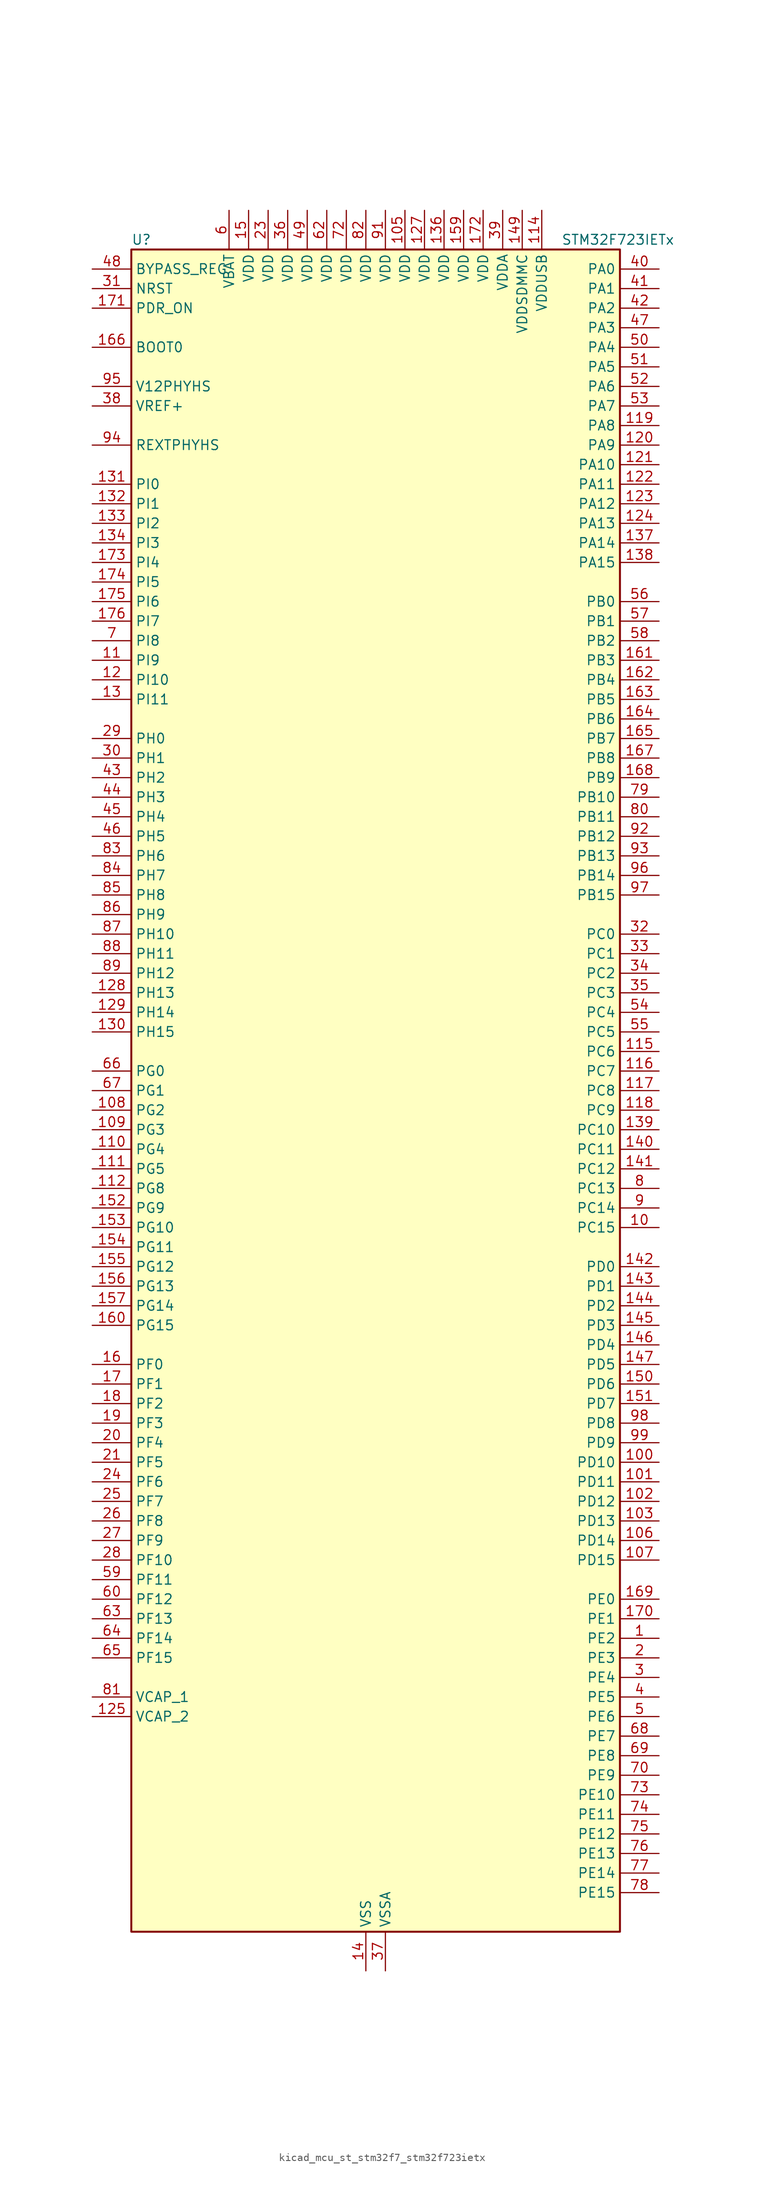
<source format=kicad_sym>
(kicad_symbol_lib
  (version 20220914)
  (generator kicad_symbol_editor)
  (symbol "kicad_mcu_st_stm32f7_stm32f723ietx"
    (property "Reference" "U"
      (at -30.48 110.49 0)
      (effects (font (size 1.27 1.27)) (justify left)))
    (property "Value" "STM32F723IETx"
      (at 25.4 110.49 0)
      (effects (font (size 1.27 1.27)) (justify left)))
    (property "ki_locked" ""
      (at 0 0 0)
      (effects (font (size 1.27 1.27))))
    (symbol "kicad_mcu_st_stm32f7_stm32f723ietx_0_1"
      (rectangle (start -30.48 -109.22) (end 33.02 109.22) (stroke (width 0.254) (type default)) (fill (type background))))
    (symbol "kicad_mcu_st_stm32f7_stm32f723ietx_1_1"
      (pin bidirectional line (at 38.1 -71.12 180) (length 5.08) (name "PE2" (effects (font (size 1.27 1.27)))) (number "1" (effects (font (size 1.27 1.27)))) (alternate "FMC_A23" bidirectional line) (alternate "QUADSPI_BK1_IO2" bidirectional line) (alternate "SAI1_MCLK_A" bidirectional line) (alternate "SPI4_SCK" bidirectional line) (alternate "SYS_TRACECLK" bidirectional line))
      (pin bidirectional line (at 38.1 -17.78 180) (length 5.08) (name "PC15" (effects (font (size 1.27 1.27)))) (number "10" (effects (font (size 1.27 1.27)))) (alternate "RCC_OSC32_OUT" bidirectional line))
      (pin bidirectional line (at 38.1 -48.26 180) (length 5.08) (name "PD10" (effects (font (size 1.27 1.27)))) (number "100" (effects (font (size 1.27 1.27)))) (alternate "FMC_D15" bidirectional line) (alternate "FMC_DA15" bidirectional line) (alternate "USART3_CK" bidirectional line))
      (pin bidirectional line (at 38.1 -50.8 180) (length 5.08) (name "PD11" (effects (font (size 1.27 1.27)))) (number "101" (effects (font (size 1.27 1.27)))) (alternate "ADC1_EXTI11" bidirectional line) (alternate "ADC2_EXTI11" bidirectional line) (alternate "ADC3_EXTI11" bidirectional line) (alternate "FMC_A16" bidirectional line) (alternate "FMC_CLE" bidirectional line) (alternate "QUADSPI_BK1_IO0" bidirectional line) (alternate "SAI2_SD_A" bidirectional line) (alternate "USART3_CTS" bidirectional line))
      (pin bidirectional line (at 38.1 -53.34 180) (length 5.08) (name "PD12" (effects (font (size 1.27 1.27)))) (number "102" (effects (font (size 1.27 1.27)))) (alternate "FMC_A17" bidirectional line) (alternate "FMC_ALE" bidirectional line) (alternate "LPTIM1_IN1" bidirectional line) (alternate "QUADSPI_BK1_IO1" bidirectional line) (alternate "SAI2_FS_A" bidirectional line) (alternate "TIM4_CH1" bidirectional line) (alternate "USART3_DE" bidirectional line) (alternate "USART3_RTS" bidirectional line))
      (pin bidirectional line (at 38.1 -55.88 180) (length 5.08) (name "PD13" (effects (font (size 1.27 1.27)))) (number "103" (effects (font (size 1.27 1.27)))) (alternate "FMC_A18" bidirectional line) (alternate "LPTIM1_OUT" bidirectional line) (alternate "QUADSPI_BK1_IO3" bidirectional line) (alternate "SAI2_SCK_A" bidirectional line) (alternate "TIM4_CH2" bidirectional line))
      (pin passive line (at 0 -114.3 90) (length 5.08) hide (name "VSS" (effects (font (size 1.27 1.27)))) (number "104" (effects (font (size 1.27 1.27)))))
      (pin power_in line (at 5.08 114.3 270) (length 5.08) (name "VDD" (effects (font (size 1.27 1.27)))) (number "105" (effects (font (size 1.27 1.27)))))
      (pin bidirectional line (at 38.1 -58.42 180) (length 5.08) (name "PD14" (effects (font (size 1.27 1.27)))) (number "106" (effects (font (size 1.27 1.27)))) (alternate "FMC_D0" bidirectional line) (alternate "FMC_DA0" bidirectional line) (alternate "TIM4_CH3" bidirectional line) (alternate "UART8_CTS" bidirectional line))
      (pin bidirectional line (at 38.1 -60.96 180) (length 5.08) (name "PD15" (effects (font (size 1.27 1.27)))) (number "107" (effects (font (size 1.27 1.27)))) (alternate "FMC_D1" bidirectional line) (alternate "FMC_DA1" bidirectional line) (alternate "TIM4_CH4" bidirectional line) (alternate "UART8_DE" bidirectional line) (alternate "UART8_RTS" bidirectional line))
      (pin bidirectional line (at -35.56 -2.54 0) (length 5.08) (name "PG2" (effects (font (size 1.27 1.27)))) (number "108" (effects (font (size 1.27 1.27)))) (alternate "FMC_A12" bidirectional line))
      (pin bidirectional line (at -35.56 -5.08 0) (length 5.08) (name "PG3" (effects (font (size 1.27 1.27)))) (number "109" (effects (font (size 1.27 1.27)))) (alternate "FMC_A13" bidirectional line))
      (pin bidirectional line (at -35.56 55.88 0) (length 5.08) (name "PI9" (effects (font (size 1.27 1.27)))) (number "11" (effects (font (size 1.27 1.27)))) (alternate "CAN1_RX" bidirectional line) (alternate "DAC_EXTI9" bidirectional line) (alternate "FMC_D30" bidirectional line) (alternate "UART4_RX" bidirectional line))
      (pin bidirectional line (at -35.56 -7.62 0) (length 5.08) (name "PG4" (effects (font (size 1.27 1.27)))) (number "110" (effects (font (size 1.27 1.27)))) (alternate "FMC_A14" bidirectional line) (alternate "FMC_BA0" bidirectional line))
      (pin bidirectional line (at -35.56 -10.16 0) (length 5.08) (name "PG5" (effects (font (size 1.27 1.27)))) (number "111" (effects (font (size 1.27 1.27)))) (alternate "FMC_A15" bidirectional line) (alternate "FMC_BA1" bidirectional line))
      (pin bidirectional line (at -35.56 -12.7 0) (length 5.08) (name "PG8" (effects (font (size 1.27 1.27)))) (number "112" (effects (font (size 1.27 1.27)))) (alternate "FMC_SDCLK" bidirectional line) (alternate "USART6_DE" bidirectional line) (alternate "USART6_RTS" bidirectional line))
      (pin passive line (at 0 -114.3 90) (length 5.08) hide (name "VSS" (effects (font (size 1.27 1.27)))) (number "113" (effects (font (size 1.27 1.27)))))
      (pin power_in line (at 22.86 114.3 270) (length 5.08) (name "VDDUSB" (effects (font (size 1.27 1.27)))) (number "114" (effects (font (size 1.27 1.27)))))
      (pin bidirectional line (at 38.1 5.08 180) (length 5.08) (name "PC6" (effects (font (size 1.27 1.27)))) (number "115" (effects (font (size 1.27 1.27)))) (alternate "I2S2_MCK" bidirectional line) (alternate "SDMMC1_D6" bidirectional line) (alternate "SDMMC2_D6" bidirectional line) (alternate "TIM3_CH1" bidirectional line) (alternate "TIM8_CH1" bidirectional line) (alternate "USART6_TX" bidirectional line))
      (pin bidirectional line (at 38.1 2.54 180) (length 5.08) (name "PC7" (effects (font (size 1.27 1.27)))) (number "116" (effects (font (size 1.27 1.27)))) (alternate "I2S3_MCK" bidirectional line) (alternate "SDMMC1_D7" bidirectional line) (alternate "SDMMC2_D7" bidirectional line) (alternate "TIM3_CH2" bidirectional line) (alternate "TIM8_CH2" bidirectional line) (alternate "USART6_RX" bidirectional line))
      (pin bidirectional line (at 38.1 0 180) (length 5.08) (name "PC8" (effects (font (size 1.27 1.27)))) (number "117" (effects (font (size 1.27 1.27)))) (alternate "SDMMC1_D0" bidirectional line) (alternate "SYS_TRACED1" bidirectional line) (alternate "TIM3_CH3" bidirectional line) (alternate "TIM8_CH3" bidirectional line) (alternate "UART5_DE" bidirectional line) (alternate "UART5_RTS" bidirectional line) (alternate "USART6_CK" bidirectional line))
      (pin bidirectional line (at 38.1 -2.54 180) (length 5.08) (name "PC9" (effects (font (size 1.27 1.27)))) (number "118" (effects (font (size 1.27 1.27)))) (alternate "DAC_EXTI9" bidirectional line) (alternate "I2C3_SDA" bidirectional line) (alternate "I2S_CKIN" bidirectional line) (alternate "QUADSPI_BK1_IO0" bidirectional line) (alternate "RCC_MCO_2" bidirectional line) (alternate "SDMMC1_D1" bidirectional line) (alternate "TIM3_CH4" bidirectional line) (alternate "TIM8_CH4" bidirectional line) (alternate "UART5_CTS" bidirectional line))
      (pin bidirectional line (at 38.1 86.36 180) (length 5.08) (name "PA8" (effects (font (size 1.27 1.27)))) (number "119" (effects (font (size 1.27 1.27)))) (alternate "I2C3_SCL" bidirectional line) (alternate "RCC_MCO_1" bidirectional line) (alternate "TIM1_CH1" bidirectional line) (alternate "TIM8_BKIN2" bidirectional line) (alternate "USART1_CK" bidirectional line) (alternate "USB_OTG_FS_SOF" bidirectional line))
      (pin bidirectional line (at -35.56 53.34 0) (length 5.08) (name "PI10" (effects (font (size 1.27 1.27)))) (number "12" (effects (font (size 1.27 1.27)))) (alternate "FMC_D31" bidirectional line))
      (pin bidirectional line (at 38.1 83.82 180) (length 5.08) (name "PA9" (effects (font (size 1.27 1.27)))) (number "120" (effects (font (size 1.27 1.27)))) (alternate "DAC_EXTI9" bidirectional line) (alternate "I2C3_SMBA" bidirectional line) (alternate "I2S2_CK" bidirectional line) (alternate "SPI2_SCK" bidirectional line) (alternate "TIM1_CH2" bidirectional line) (alternate "USART1_TX" bidirectional line) (alternate "USB_OTG_FS_VBUS" bidirectional line))
      (pin bidirectional line (at 38.1 81.28 180) (length 5.08) (name "PA10" (effects (font (size 1.27 1.27)))) (number "121" (effects (font (size 1.27 1.27)))) (alternate "TIM1_CH3" bidirectional line) (alternate "USART1_RX" bidirectional line) (alternate "USB_OTG_FS_ID" bidirectional line))
      (pin bidirectional line (at 38.1 78.74 180) (length 5.08) (name "PA11" (effects (font (size 1.27 1.27)))) (number "122" (effects (font (size 1.27 1.27)))) (alternate "ADC1_EXTI11" bidirectional line) (alternate "ADC2_EXTI11" bidirectional line) (alternate "ADC3_EXTI11" bidirectional line) (alternate "CAN1_RX" bidirectional line) (alternate "TIM1_CH4" bidirectional line) (alternate "USART1_CTS" bidirectional line) (alternate "USB_OTG_FS_DM" bidirectional line))
      (pin bidirectional line (at 38.1 76.2 180) (length 5.08) (name "PA12" (effects (font (size 1.27 1.27)))) (number "123" (effects (font (size 1.27 1.27)))) (alternate "CAN1_TX" bidirectional line) (alternate "SAI2_FS_B" bidirectional line) (alternate "TIM1_ETR" bidirectional line) (alternate "USART1_DE" bidirectional line) (alternate "USART1_RTS" bidirectional line) (alternate "USB_OTG_FS_DP" bidirectional line))
      (pin bidirectional line (at 38.1 73.66 180) (length 5.08) (name "PA13" (effects (font (size 1.27 1.27)))) (number "124" (effects (font (size 1.27 1.27)))) (alternate "SYS_JTMS-SWDIO" bidirectional line))
      (pin power_out line (at -35.56 -81.28 0) (length 5.08) (name "VCAP_2" (effects (font (size 1.27 1.27)))) (number "125" (effects (font (size 1.27 1.27)))))
      (pin passive line (at 0 -114.3 90) (length 5.08) hide (name "VSS" (effects (font (size 1.27 1.27)))) (number "126" (effects (font (size 1.27 1.27)))))
      (pin power_in line (at 7.62 114.3 270) (length 5.08) (name "VDD" (effects (font (size 1.27 1.27)))) (number "127" (effects (font (size 1.27 1.27)))))
      (pin bidirectional line (at -35.56 12.7 0) (length 5.08) (name "PH13" (effects (font (size 1.27 1.27)))) (number "128" (effects (font (size 1.27 1.27)))) (alternate "CAN1_TX" bidirectional line) (alternate "FMC_D21" bidirectional line) (alternate "TIM8_CH1N" bidirectional line) (alternate "UART4_TX" bidirectional line))
      (pin bidirectional line (at -35.56 10.16 0) (length 5.08) (name "PH14" (effects (font (size 1.27 1.27)))) (number "129" (effects (font (size 1.27 1.27)))) (alternate "CAN1_RX" bidirectional line) (alternate "FMC_D22" bidirectional line) (alternate "TIM8_CH2N" bidirectional line) (alternate "UART4_RX" bidirectional line))
      (pin bidirectional line (at -35.56 50.8 0) (length 5.08) (name "PI11" (effects (font (size 1.27 1.27)))) (number "13" (effects (font (size 1.27 1.27)))) (alternate "ADC1_EXTI11" bidirectional line) (alternate "ADC2_EXTI11" bidirectional line) (alternate "ADC3_EXTI11" bidirectional line) (alternate "SYS_WKUP6" bidirectional line))
      (pin bidirectional line (at -35.56 7.62 0) (length 5.08) (name "PH15" (effects (font (size 1.27 1.27)))) (number "130" (effects (font (size 1.27 1.27)))) (alternate "FMC_D23" bidirectional line) (alternate "TIM8_CH3N" bidirectional line))
      (pin bidirectional line (at -35.56 78.74 0) (length 5.08) (name "PI0" (effects (font (size 1.27 1.27)))) (number "131" (effects (font (size 1.27 1.27)))) (alternate "FMC_D24" bidirectional line) (alternate "I2S2_WS" bidirectional line) (alternate "SPI2_NSS" bidirectional line) (alternate "TIM5_CH4" bidirectional line))
      (pin bidirectional line (at -35.56 76.2 0) (length 5.08) (name "PI1" (effects (font (size 1.27 1.27)))) (number "132" (effects (font (size 1.27 1.27)))) (alternate "FMC_D25" bidirectional line) (alternate "I2S2_CK" bidirectional line) (alternate "SPI2_SCK" bidirectional line) (alternate "TIM8_BKIN2" bidirectional line))
      (pin bidirectional line (at -35.56 73.66 0) (length 5.08) (name "PI2" (effects (font (size 1.27 1.27)))) (number "133" (effects (font (size 1.27 1.27)))) (alternate "FMC_D26" bidirectional line) (alternate "SPI2_MISO" bidirectional line) (alternate "TIM8_CH4" bidirectional line))
      (pin bidirectional line (at -35.56 71.12 0) (length 5.08) (name "PI3" (effects (font (size 1.27 1.27)))) (number "134" (effects (font (size 1.27 1.27)))) (alternate "FMC_D27" bidirectional line) (alternate "I2S2_SD" bidirectional line) (alternate "SPI2_MOSI" bidirectional line) (alternate "TIM8_ETR" bidirectional line))
      (pin passive line (at 0 -114.3 90) (length 5.08) hide (name "VSS" (effects (font (size 1.27 1.27)))) (number "135" (effects (font (size 1.27 1.27)))))
      (pin power_in line (at 10.16 114.3 270) (length 5.08) (name "VDD" (effects (font (size 1.27 1.27)))) (number "136" (effects (font (size 1.27 1.27)))))
      (pin bidirectional line (at 38.1 71.12 180) (length 5.08) (name "PA14" (effects (font (size 1.27 1.27)))) (number "137" (effects (font (size 1.27 1.27)))) (alternate "SYS_JTCK-SWCLK" bidirectional line))
      (pin bidirectional line (at 38.1 68.58 180) (length 5.08) (name "PA15" (effects (font (size 1.27 1.27)))) (number "138" (effects (font (size 1.27 1.27)))) (alternate "I2S1_WS" bidirectional line) (alternate "I2S3_WS" bidirectional line) (alternate "SPI1_NSS" bidirectional line) (alternate "SPI3_NSS" bidirectional line) (alternate "SYS_JTDI" bidirectional line) (alternate "TIM2_CH1" bidirectional line) (alternate "TIM2_ETR" bidirectional line) (alternate "UART4_DE" bidirectional line) (alternate "UART4_RTS" bidirectional line))
      (pin bidirectional line (at 38.1 -5.08 180) (length 5.08) (name "PC10" (effects (font (size 1.27 1.27)))) (number "139" (effects (font (size 1.27 1.27)))) (alternate "I2S3_CK" bidirectional line) (alternate "QUADSPI_BK1_IO1" bidirectional line) (alternate "SDMMC1_D2" bidirectional line) (alternate "SPI3_SCK" bidirectional line) (alternate "UART4_TX" bidirectional line) (alternate "USART3_TX" bidirectional line))
      (pin power_in line (at 0 -114.3 90) (length 5.08) (name "VSS" (effects (font (size 1.27 1.27)))) (number "14" (effects (font (size 1.27 1.27)))))
      (pin bidirectional line (at 38.1 -7.62 180) (length 5.08) (name "PC11" (effects (font (size 1.27 1.27)))) (number "140" (effects (font (size 1.27 1.27)))) (alternate "ADC1_EXTI11" bidirectional line) (alternate "ADC2_EXTI11" bidirectional line) (alternate "ADC3_EXTI11" bidirectional line) (alternate "QUADSPI_BK2_NCS" bidirectional line) (alternate "SDMMC1_D3" bidirectional line) (alternate "SPI3_MISO" bidirectional line) (alternate "UART4_RX" bidirectional line) (alternate "USART3_RX" bidirectional line))
      (pin bidirectional line (at 38.1 -10.16 180) (length 5.08) (name "PC12" (effects (font (size 1.27 1.27)))) (number "141" (effects (font (size 1.27 1.27)))) (alternate "I2S3_SD" bidirectional line) (alternate "SDMMC1_CK" bidirectional line) (alternate "SPI3_MOSI" bidirectional line) (alternate "SYS_TRACED3" bidirectional line) (alternate "UART5_TX" bidirectional line) (alternate "USART3_CK" bidirectional line))
      (pin bidirectional line (at 38.1 -22.86 180) (length 5.08) (name "PD0" (effects (font (size 1.27 1.27)))) (number "142" (effects (font (size 1.27 1.27)))) (alternate "CAN1_RX" bidirectional line) (alternate "FMC_D2" bidirectional line) (alternate "FMC_DA2" bidirectional line))
      (pin bidirectional line (at 38.1 -25.4 180) (length 5.08) (name "PD1" (effects (font (size 1.27 1.27)))) (number "143" (effects (font (size 1.27 1.27)))) (alternate "CAN1_TX" bidirectional line) (alternate "FMC_D3" bidirectional line) (alternate "FMC_DA3" bidirectional line))
      (pin bidirectional line (at 38.1 -27.94 180) (length 5.08) (name "PD2" (effects (font (size 1.27 1.27)))) (number "144" (effects (font (size 1.27 1.27)))) (alternate "SDMMC1_CMD" bidirectional line) (alternate "SYS_TRACED2" bidirectional line) (alternate "TIM3_ETR" bidirectional line) (alternate "UART5_RX" bidirectional line))
      (pin bidirectional line (at 38.1 -30.48 180) (length 5.08) (name "PD3" (effects (font (size 1.27 1.27)))) (number "145" (effects (font (size 1.27 1.27)))) (alternate "FMC_CLK" bidirectional line) (alternate "I2S2_CK" bidirectional line) (alternate "SPI2_SCK" bidirectional line) (alternate "USART2_CTS" bidirectional line))
      (pin bidirectional line (at 38.1 -33.02 180) (length 5.08) (name "PD4" (effects (font (size 1.27 1.27)))) (number "146" (effects (font (size 1.27 1.27)))) (alternate "FMC_NOE" bidirectional line) (alternate "USART2_DE" bidirectional line) (alternate "USART2_RTS" bidirectional line))
      (pin bidirectional line (at 38.1 -35.56 180) (length 5.08) (name "PD5" (effects (font (size 1.27 1.27)))) (number "147" (effects (font (size 1.27 1.27)))) (alternate "FMC_NWE" bidirectional line) (alternate "USART2_TX" bidirectional line))
      (pin passive line (at 0 -114.3 90) (length 5.08) hide (name "VSS" (effects (font (size 1.27 1.27)))) (number "148" (effects (font (size 1.27 1.27)))))
      (pin power_in line (at 20.32 114.3 270) (length 5.08) (name "VDDSDMMC" (effects (font (size 1.27 1.27)))) (number "149" (effects (font (size 1.27 1.27)))))
      (pin power_in line (at -15.24 114.3 270) (length 5.08) (name "VDD" (effects (font (size 1.27 1.27)))) (number "15" (effects (font (size 1.27 1.27)))))
      (pin bidirectional line (at 38.1 -38.1 180) (length 5.08) (name "PD6" (effects (font (size 1.27 1.27)))) (number "150" (effects (font (size 1.27 1.27)))) (alternate "FMC_NWAIT" bidirectional line) (alternate "I2S3_SD" bidirectional line) (alternate "SAI1_SD_A" bidirectional line) (alternate "SDMMC2_CK" bidirectional line) (alternate "SPI3_MOSI" bidirectional line) (alternate "USART2_RX" bidirectional line))
      (pin bidirectional line (at 38.1 -40.64 180) (length 5.08) (name "PD7" (effects (font (size 1.27 1.27)))) (number "151" (effects (font (size 1.27 1.27)))) (alternate "FMC_NE1" bidirectional line) (alternate "SDMMC2_CMD" bidirectional line) (alternate "USART2_CK" bidirectional line))
      (pin bidirectional line (at -35.56 -15.24 0) (length 5.08) (name "PG9" (effects (font (size 1.27 1.27)))) (number "152" (effects (font (size 1.27 1.27)))) (alternate "DAC_EXTI9" bidirectional line) (alternate "FMC_NCE" bidirectional line) (alternate "FMC_NE2" bidirectional line) (alternate "QUADSPI_BK2_IO2" bidirectional line) (alternate "SAI2_FS_B" bidirectional line) (alternate "SDMMC2_D0" bidirectional line) (alternate "USART6_RX" bidirectional line))
      (pin bidirectional line (at -35.56 -17.78 0) (length 5.08) (name "PG10" (effects (font (size 1.27 1.27)))) (number "153" (effects (font (size 1.27 1.27)))) (alternate "FMC_NE3" bidirectional line) (alternate "SAI2_SD_B" bidirectional line) (alternate "SDMMC2_D1" bidirectional line))
      (pin bidirectional line (at -35.56 -20.32 0) (length 5.08) (name "PG11" (effects (font (size 1.27 1.27)))) (number "154" (effects (font (size 1.27 1.27)))) (alternate "ADC1_EXTI11" bidirectional line) (alternate "ADC2_EXTI11" bidirectional line) (alternate "ADC3_EXTI11" bidirectional line) (alternate "FMC_INT" bidirectional line) (alternate "SDMMC2_D2" bidirectional line))
      (pin bidirectional line (at -35.56 -22.86 0) (length 5.08) (name "PG12" (effects (font (size 1.27 1.27)))) (number "155" (effects (font (size 1.27 1.27)))) (alternate "FMC_NE4" bidirectional line) (alternate "LPTIM1_IN1" bidirectional line) (alternate "SDMMC2_D3" bidirectional line) (alternate "USART6_DE" bidirectional line) (alternate "USART6_RTS" bidirectional line))
      (pin bidirectional line (at -35.56 -25.4 0) (length 5.08) (name "PG13" (effects (font (size 1.27 1.27)))) (number "156" (effects (font (size 1.27 1.27)))) (alternate "FMC_A24" bidirectional line) (alternate "LPTIM1_OUT" bidirectional line) (alternate "SYS_TRACED0" bidirectional line) (alternate "USART6_CTS" bidirectional line))
      (pin bidirectional line (at -35.56 -27.94 0) (length 5.08) (name "PG14" (effects (font (size 1.27 1.27)))) (number "157" (effects (font (size 1.27 1.27)))) (alternate "FMC_A25" bidirectional line) (alternate "LPTIM1_ETR" bidirectional line) (alternate "QUADSPI_BK2_IO3" bidirectional line) (alternate "SYS_TRACED1" bidirectional line) (alternate "USART6_TX" bidirectional line))
      (pin passive line (at 0 -114.3 90) (length 5.08) hide (name "VSS" (effects (font (size 1.27 1.27)))) (number "158" (effects (font (size 1.27 1.27)))))
      (pin power_in line (at 12.7 114.3 270) (length 5.08) (name "VDD" (effects (font (size 1.27 1.27)))) (number "159" (effects (font (size 1.27 1.27)))))
      (pin bidirectional line (at -35.56 -35.56 0) (length 5.08) (name "PF0" (effects (font (size 1.27 1.27)))) (number "16" (effects (font (size 1.27 1.27)))) (alternate "FMC_A0" bidirectional line) (alternate "I2C2_SDA" bidirectional line))
      (pin bidirectional line (at -35.56 -30.48 0) (length 5.08) (name "PG15" (effects (font (size 1.27 1.27)))) (number "160" (effects (font (size 1.27 1.27)))) (alternate "FMC_SDNCAS" bidirectional line) (alternate "USART6_CTS" bidirectional line))
      (pin bidirectional line (at 38.1 55.88 180) (length 5.08) (name "PB3" (effects (font (size 1.27 1.27)))) (number "161" (effects (font (size 1.27 1.27)))) (alternate "I2S1_CK" bidirectional line) (alternate "I2S3_CK" bidirectional line) (alternate "SDMMC2_D2" bidirectional line) (alternate "SPI1_SCK" bidirectional line) (alternate "SPI3_SCK" bidirectional line) (alternate "SYS_JTDO-SWO" bidirectional line) (alternate "TIM2_CH2" bidirectional line))
      (pin bidirectional line (at 38.1 53.34 180) (length 5.08) (name "PB4" (effects (font (size 1.27 1.27)))) (number "162" (effects (font (size 1.27 1.27)))) (alternate "I2S2_WS" bidirectional line) (alternate "SDMMC2_D3" bidirectional line) (alternate "SPI1_MISO" bidirectional line) (alternate "SPI2_NSS" bidirectional line) (alternate "SPI3_MISO" bidirectional line) (alternate "SYS_JTRST" bidirectional line) (alternate "TIM3_CH1" bidirectional line))
      (pin bidirectional line (at 38.1 50.8 180) (length 5.08) (name "PB5" (effects (font (size 1.27 1.27)))) (number "163" (effects (font (size 1.27 1.27)))) (alternate "FMC_SDCKE1" bidirectional line) (alternate "I2C1_SMBA" bidirectional line) (alternate "I2S1_SD" bidirectional line) (alternate "I2S3_SD" bidirectional line) (alternate "SPI1_MOSI" bidirectional line) (alternate "SPI3_MOSI" bidirectional line) (alternate "TIM3_CH2" bidirectional line))
      (pin bidirectional line (at 38.1 48.26 180) (length 5.08) (name "PB6" (effects (font (size 1.27 1.27)))) (number "164" (effects (font (size 1.27 1.27)))) (alternate "FMC_SDNE1" bidirectional line) (alternate "I2C1_SCL" bidirectional line) (alternate "QUADSPI_BK1_NCS" bidirectional line) (alternate "TIM4_CH1" bidirectional line) (alternate "USART1_TX" bidirectional line))
      (pin bidirectional line (at 38.1 45.72 180) (length 5.08) (name "PB7" (effects (font (size 1.27 1.27)))) (number "165" (effects (font (size 1.27 1.27)))) (alternate "FMC_NL" bidirectional line) (alternate "I2C1_SDA" bidirectional line) (alternate "TIM4_CH2" bidirectional line) (alternate "USART1_RX" bidirectional line))
      (pin input line (at -35.56 96.52 0) (length 5.08) (name "BOOT0" (effects (font (size 1.27 1.27)))) (number "166" (effects (font (size 1.27 1.27)))))
      (pin bidirectional line (at 38.1 43.18 180) (length 5.08) (name "PB8" (effects (font (size 1.27 1.27)))) (number "167" (effects (font (size 1.27 1.27)))) (alternate "CAN1_RX" bidirectional line) (alternate "I2C1_SCL" bidirectional line) (alternate "SDMMC1_D4" bidirectional line) (alternate "SDMMC2_D4" bidirectional line) (alternate "TIM10_CH1" bidirectional line) (alternate "TIM4_CH3" bidirectional line))
      (pin bidirectional line (at 38.1 40.64 180) (length 5.08) (name "PB9" (effects (font (size 1.27 1.27)))) (number "168" (effects (font (size 1.27 1.27)))) (alternate "CAN1_TX" bidirectional line) (alternate "DAC_EXTI9" bidirectional line) (alternate "I2C1_SDA" bidirectional line) (alternate "I2S2_WS" bidirectional line) (alternate "SDMMC1_D5" bidirectional line) (alternate "SDMMC2_D5" bidirectional line) (alternate "SPI2_NSS" bidirectional line) (alternate "TIM11_CH1" bidirectional line) (alternate "TIM4_CH4" bidirectional line))
      (pin bidirectional line (at 38.1 -66.04 180) (length 5.08) (name "PE0" (effects (font (size 1.27 1.27)))) (number "169" (effects (font (size 1.27 1.27)))) (alternate "FMC_NBL0" bidirectional line) (alternate "LPTIM1_ETR" bidirectional line) (alternate "SAI2_MCLK_A" bidirectional line) (alternate "TIM4_ETR" bidirectional line) (alternate "UART8_RX" bidirectional line))
      (pin bidirectional line (at -35.56 -38.1 0) (length 5.08) (name "PF1" (effects (font (size 1.27 1.27)))) (number "17" (effects (font (size 1.27 1.27)))) (alternate "FMC_A1" bidirectional line) (alternate "I2C2_SCL" bidirectional line))
      (pin bidirectional line (at 38.1 -68.58 180) (length 5.08) (name "PE1" (effects (font (size 1.27 1.27)))) (number "170" (effects (font (size 1.27 1.27)))) (alternate "FMC_NBL1" bidirectional line) (alternate "LPTIM1_IN2" bidirectional line) (alternate "UART8_TX" bidirectional line))
      (pin input line (at -35.56 101.6 0) (length 5.08) (name "PDR_ON" (effects (font (size 1.27 1.27)))) (number "171" (effects (font (size 1.27 1.27)))))
      (pin power_in line (at 15.24 114.3 270) (length 5.08) (name "VDD" (effects (font (size 1.27 1.27)))) (number "172" (effects (font (size 1.27 1.27)))))
      (pin bidirectional line (at -35.56 68.58 0) (length 5.08) (name "PI4" (effects (font (size 1.27 1.27)))) (number "173" (effects (font (size 1.27 1.27)))) (alternate "FMC_NBL2" bidirectional line) (alternate "SAI2_MCLK_A" bidirectional line) (alternate "TIM8_BKIN" bidirectional line))
      (pin bidirectional line (at -35.56 66.04 0) (length 5.08) (name "PI5" (effects (font (size 1.27 1.27)))) (number "174" (effects (font (size 1.27 1.27)))) (alternate "FMC_NBL3" bidirectional line) (alternate "SAI2_SCK_A" bidirectional line) (alternate "TIM8_CH1" bidirectional line))
      (pin bidirectional line (at -35.56 63.5 0) (length 5.08) (name "PI6" (effects (font (size 1.27 1.27)))) (number "175" (effects (font (size 1.27 1.27)))) (alternate "FMC_D28" bidirectional line) (alternate "SAI2_SD_A" bidirectional line) (alternate "TIM8_CH2" bidirectional line))
      (pin bidirectional line (at -35.56 60.96 0) (length 5.08) (name "PI7" (effects (font (size 1.27 1.27)))) (number "176" (effects (font (size 1.27 1.27)))) (alternate "FMC_D29" bidirectional line) (alternate "SAI2_FS_A" bidirectional line) (alternate "TIM8_CH3" bidirectional line))
      (pin bidirectional line (at -35.56 -40.64 0) (length 5.08) (name "PF2" (effects (font (size 1.27 1.27)))) (number "18" (effects (font (size 1.27 1.27)))) (alternate "FMC_A2" bidirectional line) (alternate "I2C2_SMBA" bidirectional line))
      (pin bidirectional line (at -35.56 -43.18 0) (length 5.08) (name "PF3" (effects (font (size 1.27 1.27)))) (number "19" (effects (font (size 1.27 1.27)))) (alternate "ADC3_IN9" bidirectional line) (alternate "FMC_A3" bidirectional line))
      (pin bidirectional line (at 38.1 -73.66 180) (length 5.08) (name "PE3" (effects (font (size 1.27 1.27)))) (number "2" (effects (font (size 1.27 1.27)))) (alternate "FMC_A19" bidirectional line) (alternate "SAI1_SD_B" bidirectional line) (alternate "SYS_TRACED0" bidirectional line))
      (pin bidirectional line (at -35.56 -45.72 0) (length 5.08) (name "PF4" (effects (font (size 1.27 1.27)))) (number "20" (effects (font (size 1.27 1.27)))) (alternate "ADC3_IN14" bidirectional line) (alternate "FMC_A4" bidirectional line))
      (pin bidirectional line (at -35.56 -48.26 0) (length 5.08) (name "PF5" (effects (font (size 1.27 1.27)))) (number "21" (effects (font (size 1.27 1.27)))) (alternate "ADC3_IN15" bidirectional line) (alternate "FMC_A5" bidirectional line))
      (pin passive line (at 0 -114.3 90) (length 5.08) hide (name "VSS" (effects (font (size 1.27 1.27)))) (number "22" (effects (font (size 1.27 1.27)))))
      (pin power_in line (at -12.7 114.3 270) (length 5.08) (name "VDD" (effects (font (size 1.27 1.27)))) (number "23" (effects (font (size 1.27 1.27)))))
      (pin bidirectional line (at -35.56 -50.8 0) (length 5.08) (name "PF6" (effects (font (size 1.27 1.27)))) (number "24" (effects (font (size 1.27 1.27)))) (alternate "ADC3_IN4" bidirectional line) (alternate "QUADSPI_BK1_IO3" bidirectional line) (alternate "SAI1_SD_B" bidirectional line) (alternate "SPI5_NSS" bidirectional line) (alternate "TIM10_CH1" bidirectional line) (alternate "UART7_RX" bidirectional line))
      (pin bidirectional line (at -35.56 -53.34 0) (length 5.08) (name "PF7" (effects (font (size 1.27 1.27)))) (number "25" (effects (font (size 1.27 1.27)))) (alternate "ADC3_IN5" bidirectional line) (alternate "QUADSPI_BK1_IO2" bidirectional line) (alternate "SAI1_MCLK_B" bidirectional line) (alternate "SPI5_SCK" bidirectional line) (alternate "TIM11_CH1" bidirectional line) (alternate "UART7_TX" bidirectional line))
      (pin bidirectional line (at -35.56 -55.88 0) (length 5.08) (name "PF8" (effects (font (size 1.27 1.27)))) (number "26" (effects (font (size 1.27 1.27)))) (alternate "ADC3_IN6" bidirectional line) (alternate "QUADSPI_BK1_IO0" bidirectional line) (alternate "SAI1_SCK_B" bidirectional line) (alternate "SPI5_MISO" bidirectional line) (alternate "TIM13_CH1" bidirectional line) (alternate "UART7_DE" bidirectional line) (alternate "UART7_RTS" bidirectional line))
      (pin bidirectional line (at -35.56 -58.42 0) (length 5.08) (name "PF9" (effects (font (size 1.27 1.27)))) (number "27" (effects (font (size 1.27 1.27)))) (alternate "ADC3_IN7" bidirectional line) (alternate "DAC_EXTI9" bidirectional line) (alternate "QUADSPI_BK1_IO1" bidirectional line) (alternate "SAI1_FS_B" bidirectional line) (alternate "SPI5_MOSI" bidirectional line) (alternate "TIM14_CH1" bidirectional line) (alternate "UART7_CTS" bidirectional line))
      (pin bidirectional line (at -35.56 -60.96 0) (length 5.08) (name "PF10" (effects (font (size 1.27 1.27)))) (number "28" (effects (font (size 1.27 1.27)))) (alternate "ADC3_IN8" bidirectional line))
      (pin bidirectional line (at -35.56 45.72 0) (length 5.08) (name "PH0" (effects (font (size 1.27 1.27)))) (number "29" (effects (font (size 1.27 1.27)))) (alternate "RCC_OSC_IN" bidirectional line))
      (pin bidirectional line (at 38.1 -76.2 180) (length 5.08) (name "PE4" (effects (font (size 1.27 1.27)))) (number "3" (effects (font (size 1.27 1.27)))) (alternate "FMC_A20" bidirectional line) (alternate "SAI1_FS_A" bidirectional line) (alternate "SPI4_NSS" bidirectional line) (alternate "SYS_TRACED1" bidirectional line))
      (pin bidirectional line (at -35.56 43.18 0) (length 5.08) (name "PH1" (effects (font (size 1.27 1.27)))) (number "30" (effects (font (size 1.27 1.27)))) (alternate "RCC_OSC_OUT" bidirectional line))
      (pin input line (at -35.56 104.14 0) (length 5.08) (name "NRST" (effects (font (size 1.27 1.27)))) (number "31" (effects (font (size 1.27 1.27)))))
      (pin bidirectional line (at 38.1 20.32 180) (length 5.08) (name "PC0" (effects (font (size 1.27 1.27)))) (number "32" (effects (font (size 1.27 1.27)))) (alternate "ADC1_IN10" bidirectional line) (alternate "ADC2_IN10" bidirectional line) (alternate "ADC3_IN10" bidirectional line) (alternate "FMC_SDNWE" bidirectional line) (alternate "SAI2_FS_B" bidirectional line))
      (pin bidirectional line (at 38.1 17.78 180) (length 5.08) (name "PC1" (effects (font (size 1.27 1.27)))) (number "33" (effects (font (size 1.27 1.27)))) (alternate "ADC1_IN11" bidirectional line) (alternate "ADC2_IN11" bidirectional line) (alternate "ADC3_IN11" bidirectional line) (alternate "I2S2_SD" bidirectional line) (alternate "RTC_TAMP3" bidirectional line) (alternate "RTC_TS" bidirectional line) (alternate "SAI1_SD_A" bidirectional line) (alternate "SPI2_MOSI" bidirectional line) (alternate "SYS_TRACED0" bidirectional line) (alternate "SYS_WKUP3" bidirectional line))
      (pin bidirectional line (at 38.1 15.24 180) (length 5.08) (name "PC2" (effects (font (size 1.27 1.27)))) (number "34" (effects (font (size 1.27 1.27)))) (alternate "ADC1_IN12" bidirectional line) (alternate "ADC2_IN12" bidirectional line) (alternate "ADC3_IN12" bidirectional line) (alternate "FMC_SDNE0" bidirectional line) (alternate "SPI2_MISO" bidirectional line))
      (pin bidirectional line (at 38.1 12.7 180) (length 5.08) (name "PC3" (effects (font (size 1.27 1.27)))) (number "35" (effects (font (size 1.27 1.27)))) (alternate "ADC1_IN13" bidirectional line) (alternate "ADC2_IN13" bidirectional line) (alternate "ADC3_IN13" bidirectional line) (alternate "FMC_SDCKE0" bidirectional line) (alternate "I2S2_SD" bidirectional line) (alternate "SPI2_MOSI" bidirectional line))
      (pin power_in line (at -10.16 114.3 270) (length 5.08) (name "VDD" (effects (font (size 1.27 1.27)))) (number "36" (effects (font (size 1.27 1.27)))))
      (pin power_in line (at 2.54 -114.3 90) (length 5.08) (name "VSSA" (effects (font (size 1.27 1.27)))) (number "37" (effects (font (size 1.27 1.27)))))
      (pin input line (at -35.56 88.9 0) (length 5.08) (name "VREF+" (effects (font (size 1.27 1.27)))) (number "38" (effects (font (size 1.27 1.27)))))
      (pin power_in line (at 17.78 114.3 270) (length 5.08) (name "VDDA" (effects (font (size 1.27 1.27)))) (number "39" (effects (font (size 1.27 1.27)))))
      (pin bidirectional line (at 38.1 -78.74 180) (length 5.08) (name "PE5" (effects (font (size 1.27 1.27)))) (number "4" (effects (font (size 1.27 1.27)))) (alternate "FMC_A21" bidirectional line) (alternate "SAI1_SCK_A" bidirectional line) (alternate "SPI4_MISO" bidirectional line) (alternate "SYS_TRACED2" bidirectional line) (alternate "TIM9_CH1" bidirectional line))
      (pin bidirectional line (at 38.1 106.68 180) (length 5.08) (name "PA0" (effects (font (size 1.27 1.27)))) (number "40" (effects (font (size 1.27 1.27)))) (alternate "ADC1_IN0" bidirectional line) (alternate "ADC2_IN0" bidirectional line) (alternate "ADC3_IN0" bidirectional line) (alternate "SAI2_SD_B" bidirectional line) (alternate "SYS_WKUP1" bidirectional line) (alternate "TIM2_CH1" bidirectional line) (alternate "TIM2_ETR" bidirectional line) (alternate "TIM5_CH1" bidirectional line) (alternate "TIM8_ETR" bidirectional line) (alternate "UART4_TX" bidirectional line) (alternate "USART2_CTS" bidirectional line))
      (pin bidirectional line (at 38.1 104.14 180) (length 5.08) (name "PA1" (effects (font (size 1.27 1.27)))) (number "41" (effects (font (size 1.27 1.27)))) (alternate "ADC1_IN1" bidirectional line) (alternate "ADC2_IN1" bidirectional line) (alternate "ADC3_IN1" bidirectional line) (alternate "QUADSPI_BK1_IO3" bidirectional line) (alternate "SAI2_MCLK_B" bidirectional line) (alternate "TIM2_CH2" bidirectional line) (alternate "TIM5_CH2" bidirectional line) (alternate "UART4_RX" bidirectional line) (alternate "USART2_DE" bidirectional line) (alternate "USART2_RTS" bidirectional line))
      (pin bidirectional line (at 38.1 101.6 180) (length 5.08) (name "PA2" (effects (font (size 1.27 1.27)))) (number "42" (effects (font (size 1.27 1.27)))) (alternate "ADC1_IN2" bidirectional line) (alternate "ADC2_IN2" bidirectional line) (alternate "ADC3_IN2" bidirectional line) (alternate "SAI2_SCK_B" bidirectional line) (alternate "SYS_WKUP2" bidirectional line) (alternate "TIM2_CH3" bidirectional line) (alternate "TIM5_CH3" bidirectional line) (alternate "TIM9_CH1" bidirectional line) (alternate "USART2_TX" bidirectional line))
      (pin bidirectional line (at -35.56 40.64 0) (length 5.08) (name "PH2" (effects (font (size 1.27 1.27)))) (number "43" (effects (font (size 1.27 1.27)))) (alternate "FMC_SDCKE0" bidirectional line) (alternate "LPTIM1_IN2" bidirectional line) (alternate "QUADSPI_BK2_IO0" bidirectional line) (alternate "SAI2_SCK_B" bidirectional line))
      (pin bidirectional line (at -35.56 38.1 0) (length 5.08) (name "PH3" (effects (font (size 1.27 1.27)))) (number "44" (effects (font (size 1.27 1.27)))) (alternate "FMC_SDNE0" bidirectional line) (alternate "QUADSPI_BK2_IO1" bidirectional line) (alternate "SAI2_MCLK_B" bidirectional line))
      (pin bidirectional line (at -35.56 35.56 0) (length 5.08) (name "PH4" (effects (font (size 1.27 1.27)))) (number "45" (effects (font (size 1.27 1.27)))) (alternate "I2C2_SCL" bidirectional line))
      (pin bidirectional line (at -35.56 33.02 0) (length 5.08) (name "PH5" (effects (font (size 1.27 1.27)))) (number "46" (effects (font (size 1.27 1.27)))) (alternate "FMC_SDNWE" bidirectional line) (alternate "I2C2_SDA" bidirectional line) (alternate "SPI5_NSS" bidirectional line))
      (pin bidirectional line (at 38.1 99.06 180) (length 5.08) (name "PA3" (effects (font (size 1.27 1.27)))) (number "47" (effects (font (size 1.27 1.27)))) (alternate "ADC1_IN3" bidirectional line) (alternate "ADC2_IN3" bidirectional line) (alternate "ADC3_IN3" bidirectional line) (alternate "TIM2_CH4" bidirectional line) (alternate "TIM5_CH4" bidirectional line) (alternate "TIM9_CH2" bidirectional line) (alternate "USART2_RX" bidirectional line))
      (pin input line (at -35.56 106.68 0) (length 5.08) (name "BYPASS_REG" (effects (font (size 1.27 1.27)))) (number "48" (effects (font (size 1.27 1.27)))))
      (pin power_in line (at -7.62 114.3 270) (length 5.08) (name "VDD" (effects (font (size 1.27 1.27)))) (number "49" (effects (font (size 1.27 1.27)))))
      (pin bidirectional line (at 38.1 -81.28 180) (length 5.08) (name "PE6" (effects (font (size 1.27 1.27)))) (number "5" (effects (font (size 1.27 1.27)))) (alternate "FMC_A22" bidirectional line) (alternate "SAI1_SD_A" bidirectional line) (alternate "SAI2_MCLK_B" bidirectional line) (alternate "SPI4_MOSI" bidirectional line) (alternate "SYS_TRACED3" bidirectional line) (alternate "TIM1_BKIN2" bidirectional line) (alternate "TIM9_CH2" bidirectional line))
      (pin bidirectional line (at 38.1 96.52 180) (length 5.08) (name "PA4" (effects (font (size 1.27 1.27)))) (number "50" (effects (font (size 1.27 1.27)))) (alternate "ADC1_IN4" bidirectional line) (alternate "ADC2_IN4" bidirectional line) (alternate "DAC_OUT1" bidirectional line) (alternate "I2S1_WS" bidirectional line) (alternate "I2S3_WS" bidirectional line) (alternate "SPI1_NSS" bidirectional line) (alternate "SPI3_NSS" bidirectional line) (alternate "USART2_CK" bidirectional line) (alternate "USB_OTG_HS_SOF" bidirectional line))
      (pin bidirectional line (at 38.1 93.98 180) (length 5.08) (name "PA5" (effects (font (size 1.27 1.27)))) (number "51" (effects (font (size 1.27 1.27)))) (alternate "ADC1_IN5" bidirectional line) (alternate "ADC2_IN5" bidirectional line) (alternate "DAC_OUT2" bidirectional line) (alternate "I2S1_CK" bidirectional line) (alternate "SPI1_SCK" bidirectional line) (alternate "TIM2_CH1" bidirectional line) (alternate "TIM2_ETR" bidirectional line) (alternate "TIM8_CH1N" bidirectional line))
      (pin bidirectional line (at 38.1 91.44 180) (length 5.08) (name "PA6" (effects (font (size 1.27 1.27)))) (number "52" (effects (font (size 1.27 1.27)))) (alternate "ADC1_IN6" bidirectional line) (alternate "ADC2_IN6" bidirectional line) (alternate "SPI1_MISO" bidirectional line) (alternate "TIM13_CH1" bidirectional line) (alternate "TIM1_BKIN" bidirectional line) (alternate "TIM3_CH1" bidirectional line) (alternate "TIM8_BKIN" bidirectional line))
      (pin bidirectional line (at 38.1 88.9 180) (length 5.08) (name "PA7" (effects (font (size 1.27 1.27)))) (number "53" (effects (font (size 1.27 1.27)))) (alternate "ADC1_IN7" bidirectional line) (alternate "ADC2_IN7" bidirectional line) (alternate "FMC_SDNWE" bidirectional line) (alternate "I2S1_SD" bidirectional line) (alternate "SPI1_MOSI" bidirectional line) (alternate "TIM14_CH1" bidirectional line) (alternate "TIM1_CH1N" bidirectional line) (alternate "TIM3_CH2" bidirectional line) (alternate "TIM8_CH1N" bidirectional line))
      (pin bidirectional line (at 38.1 10.16 180) (length 5.08) (name "PC4" (effects (font (size 1.27 1.27)))) (number "54" (effects (font (size 1.27 1.27)))) (alternate "ADC1_IN14" bidirectional line) (alternate "ADC2_IN14" bidirectional line) (alternate "FMC_SDNE0" bidirectional line) (alternate "I2S1_MCK" bidirectional line))
      (pin bidirectional line (at 38.1 7.62 180) (length 5.08) (name "PC5" (effects (font (size 1.27 1.27)))) (number "55" (effects (font (size 1.27 1.27)))) (alternate "ADC1_IN15" bidirectional line) (alternate "ADC2_IN15" bidirectional line) (alternate "FMC_SDCKE0" bidirectional line))
      (pin bidirectional line (at 38.1 63.5 180) (length 5.08) (name "PB0" (effects (font (size 1.27 1.27)))) (number "56" (effects (font (size 1.27 1.27)))) (alternate "ADC1_IN8" bidirectional line) (alternate "ADC2_IN8" bidirectional line) (alternate "TIM1_CH2N" bidirectional line) (alternate "TIM3_CH3" bidirectional line) (alternate "TIM8_CH2N" bidirectional line) (alternate "UART4_CTS" bidirectional line))
      (pin bidirectional line (at 38.1 60.96 180) (length 5.08) (name "PB1" (effects (font (size 1.27 1.27)))) (number "57" (effects (font (size 1.27 1.27)))) (alternate "ADC1_IN9" bidirectional line) (alternate "ADC2_IN9" bidirectional line) (alternate "TIM1_CH3N" bidirectional line) (alternate "TIM3_CH4" bidirectional line) (alternate "TIM8_CH3N" bidirectional line))
      (pin bidirectional line (at 38.1 58.42 180) (length 5.08) (name "PB2" (effects (font (size 1.27 1.27)))) (number "58" (effects (font (size 1.27 1.27)))) (alternate "I2S3_SD" bidirectional line) (alternate "QUADSPI_CLK" bidirectional line) (alternate "SAI1_SD_A" bidirectional line) (alternate "SPI3_MOSI" bidirectional line))
      (pin bidirectional line (at -35.56 -63.5 0) (length 5.08) (name "PF11" (effects (font (size 1.27 1.27)))) (number "59" (effects (font (size 1.27 1.27)))) (alternate "ADC1_EXTI11" bidirectional line) (alternate "ADC2_EXTI11" bidirectional line) (alternate "ADC3_EXTI11" bidirectional line) (alternate "FMC_SDNRAS" bidirectional line) (alternate "SAI2_SD_B" bidirectional line) (alternate "SPI5_MOSI" bidirectional line))
      (pin power_in line (at -17.78 114.3 270) (length 5.08) (name "VBAT" (effects (font (size 1.27 1.27)))) (number "6" (effects (font (size 1.27 1.27)))))
      (pin bidirectional line (at -35.56 -66.04 0) (length 5.08) (name "PF12" (effects (font (size 1.27 1.27)))) (number "60" (effects (font (size 1.27 1.27)))) (alternate "FMC_A6" bidirectional line))
      (pin passive line (at 0 -114.3 90) (length 5.08) hide (name "VSS" (effects (font (size 1.27 1.27)))) (number "61" (effects (font (size 1.27 1.27)))))
      (pin power_in line (at -5.08 114.3 270) (length 5.08) (name "VDD" (effects (font (size 1.27 1.27)))) (number "62" (effects (font (size 1.27 1.27)))))
      (pin bidirectional line (at -35.56 -68.58 0) (length 5.08) (name "PF13" (effects (font (size 1.27 1.27)))) (number "63" (effects (font (size 1.27 1.27)))) (alternate "FMC_A7" bidirectional line))
      (pin bidirectional line (at -35.56 -71.12 0) (length 5.08) (name "PF14" (effects (font (size 1.27 1.27)))) (number "64" (effects (font (size 1.27 1.27)))) (alternate "FMC_A8" bidirectional line))
      (pin bidirectional line (at -35.56 -73.66 0) (length 5.08) (name "PF15" (effects (font (size 1.27 1.27)))) (number "65" (effects (font (size 1.27 1.27)))) (alternate "FMC_A9" bidirectional line))
      (pin bidirectional line (at -35.56 2.54 0) (length 5.08) (name "PG0" (effects (font (size 1.27 1.27)))) (number "66" (effects (font (size 1.27 1.27)))) (alternate "FMC_A10" bidirectional line))
      (pin bidirectional line (at -35.56 0 0) (length 5.08) (name "PG1" (effects (font (size 1.27 1.27)))) (number "67" (effects (font (size 1.27 1.27)))) (alternate "FMC_A11" bidirectional line))
      (pin bidirectional line (at 38.1 -83.82 180) (length 5.08) (name "PE7" (effects (font (size 1.27 1.27)))) (number "68" (effects (font (size 1.27 1.27)))) (alternate "FMC_D4" bidirectional line) (alternate "FMC_DA4" bidirectional line) (alternate "QUADSPI_BK2_IO0" bidirectional line) (alternate "TIM1_ETR" bidirectional line) (alternate "UART7_RX" bidirectional line))
      (pin bidirectional line (at 38.1 -86.36 180) (length 5.08) (name "PE8" (effects (font (size 1.27 1.27)))) (number "69" (effects (font (size 1.27 1.27)))) (alternate "FMC_D5" bidirectional line) (alternate "FMC_DA5" bidirectional line) (alternate "QUADSPI_BK2_IO1" bidirectional line) (alternate "TIM1_CH1N" bidirectional line) (alternate "UART7_TX" bidirectional line))
      (pin bidirectional line (at -35.56 58.42 0) (length 5.08) (name "PI8" (effects (font (size 1.27 1.27)))) (number "7" (effects (font (size 1.27 1.27)))) (alternate "RTC_TAMP2" bidirectional line) (alternate "RTC_TS" bidirectional line) (alternate "SYS_WKUP5" bidirectional line))
      (pin bidirectional line (at 38.1 -88.9 180) (length 5.08) (name "PE9" (effects (font (size 1.27 1.27)))) (number "70" (effects (font (size 1.27 1.27)))) (alternate "DAC_EXTI9" bidirectional line) (alternate "FMC_D6" bidirectional line) (alternate "FMC_DA6" bidirectional line) (alternate "QUADSPI_BK2_IO2" bidirectional line) (alternate "TIM1_CH1" bidirectional line) (alternate "UART7_DE" bidirectional line) (alternate "UART7_RTS" bidirectional line))
      (pin passive line (at 0 -114.3 90) (length 5.08) hide (name "VSS" (effects (font (size 1.27 1.27)))) (number "71" (effects (font (size 1.27 1.27)))))
      (pin power_in line (at -2.54 114.3 270) (length 5.08) (name "VDD" (effects (font (size 1.27 1.27)))) (number "72" (effects (font (size 1.27 1.27)))))
      (pin bidirectional line (at 38.1 -91.44 180) (length 5.08) (name "PE10" (effects (font (size 1.27 1.27)))) (number "73" (effects (font (size 1.27 1.27)))) (alternate "FMC_D7" bidirectional line) (alternate "FMC_DA7" bidirectional line) (alternate "QUADSPI_BK2_IO3" bidirectional line) (alternate "TIM1_CH2N" bidirectional line) (alternate "UART7_CTS" bidirectional line))
      (pin bidirectional line (at 38.1 -93.98 180) (length 5.08) (name "PE11" (effects (font (size 1.27 1.27)))) (number "74" (effects (font (size 1.27 1.27)))) (alternate "ADC1_EXTI11" bidirectional line) (alternate "ADC2_EXTI11" bidirectional line) (alternate "ADC3_EXTI11" bidirectional line) (alternate "FMC_D8" bidirectional line) (alternate "FMC_DA8" bidirectional line) (alternate "SAI2_SD_B" bidirectional line) (alternate "SPI4_NSS" bidirectional line) (alternate "TIM1_CH2" bidirectional line))
      (pin bidirectional line (at 38.1 -96.52 180) (length 5.08) (name "PE12" (effects (font (size 1.27 1.27)))) (number "75" (effects (font (size 1.27 1.27)))) (alternate "FMC_D9" bidirectional line) (alternate "FMC_DA9" bidirectional line) (alternate "SAI2_SCK_B" bidirectional line) (alternate "SPI4_SCK" bidirectional line) (alternate "TIM1_CH3N" bidirectional line))
      (pin bidirectional line (at 38.1 -99.06 180) (length 5.08) (name "PE13" (effects (font (size 1.27 1.27)))) (number "76" (effects (font (size 1.27 1.27)))) (alternate "FMC_D10" bidirectional line) (alternate "FMC_DA10" bidirectional line) (alternate "SAI2_FS_B" bidirectional line) (alternate "SPI4_MISO" bidirectional line) (alternate "TIM1_CH3" bidirectional line))
      (pin bidirectional line (at 38.1 -101.6 180) (length 5.08) (name "PE14" (effects (font (size 1.27 1.27)))) (number "77" (effects (font (size 1.27 1.27)))) (alternate "FMC_D11" bidirectional line) (alternate "FMC_DA11" bidirectional line) (alternate "SAI2_MCLK_B" bidirectional line) (alternate "SPI4_MOSI" bidirectional line) (alternate "TIM1_CH4" bidirectional line))
      (pin bidirectional line (at 38.1 -104.14 180) (length 5.08) (name "PE15" (effects (font (size 1.27 1.27)))) (number "78" (effects (font (size 1.27 1.27)))) (alternate "FMC_D12" bidirectional line) (alternate "FMC_DA12" bidirectional line) (alternate "TIM1_BKIN" bidirectional line))
      (pin bidirectional line (at 38.1 38.1 180) (length 5.08) (name "PB10" (effects (font (size 1.27 1.27)))) (number "79" (effects (font (size 1.27 1.27)))) (alternate "I2C2_SCL" bidirectional line) (alternate "I2S2_CK" bidirectional line) (alternate "SPI2_SCK" bidirectional line) (alternate "TIM2_CH3" bidirectional line) (alternate "USART3_TX" bidirectional line))
      (pin bidirectional line (at 38.1 -12.7 180) (length 5.08) (name "PC13" (effects (font (size 1.27 1.27)))) (number "8" (effects (font (size 1.27 1.27)))) (alternate "RTC_OUT" bidirectional line) (alternate "RTC_TAMP1" bidirectional line) (alternate "RTC_TS" bidirectional line) (alternate "SYS_WKUP4" bidirectional line))
      (pin bidirectional line (at 38.1 35.56 180) (length 5.08) (name "PB11" (effects (font (size 1.27 1.27)))) (number "80" (effects (font (size 1.27 1.27)))) (alternate "ADC1_EXTI11" bidirectional line) (alternate "ADC2_EXTI11" bidirectional line) (alternate "ADC3_EXTI11" bidirectional line) (alternate "I2C2_SDA" bidirectional line) (alternate "TIM2_CH4" bidirectional line) (alternate "USART3_RX" bidirectional line))
      (pin power_out line (at -35.56 -78.74 0) (length 5.08) (name "VCAP_1" (effects (font (size 1.27 1.27)))) (number "81" (effects (font (size 1.27 1.27)))))
      (pin power_in line (at 0 114.3 270) (length 5.08) (name "VDD" (effects (font (size 1.27 1.27)))) (number "82" (effects (font (size 1.27 1.27)))))
      (pin bidirectional line (at -35.56 30.48 0) (length 5.08) (name "PH6" (effects (font (size 1.27 1.27)))) (number "83" (effects (font (size 1.27 1.27)))) (alternate "FMC_SDNE1" bidirectional line) (alternate "I2C2_SMBA" bidirectional line) (alternate "SPI5_SCK" bidirectional line) (alternate "TIM12_CH1" bidirectional line))
      (pin bidirectional line (at -35.56 27.94 0) (length 5.08) (name "PH7" (effects (font (size 1.27 1.27)))) (number "84" (effects (font (size 1.27 1.27)))) (alternate "FMC_SDCKE1" bidirectional line) (alternate "I2C3_SCL" bidirectional line) (alternate "SPI5_MISO" bidirectional line))
      (pin bidirectional line (at -35.56 25.4 0) (length 5.08) (name "PH8" (effects (font (size 1.27 1.27)))) (number "85" (effects (font (size 1.27 1.27)))) (alternate "FMC_D16" bidirectional line) (alternate "I2C3_SDA" bidirectional line))
      (pin bidirectional line (at -35.56 22.86 0) (length 5.08) (name "PH9" (effects (font (size 1.27 1.27)))) (number "86" (effects (font (size 1.27 1.27)))) (alternate "DAC_EXTI9" bidirectional line) (alternate "FMC_D17" bidirectional line) (alternate "I2C3_SMBA" bidirectional line) (alternate "TIM12_CH2" bidirectional line))
      (pin bidirectional line (at -35.56 20.32 0) (length 5.08) (name "PH10" (effects (font (size 1.27 1.27)))) (number "87" (effects (font (size 1.27 1.27)))) (alternate "FMC_D18" bidirectional line) (alternate "TIM5_CH1" bidirectional line))
      (pin bidirectional line (at -35.56 17.78 0) (length 5.08) (name "PH11" (effects (font (size 1.27 1.27)))) (number "88" (effects (font (size 1.27 1.27)))) (alternate "ADC1_EXTI11" bidirectional line) (alternate "ADC2_EXTI11" bidirectional line) (alternate "ADC3_EXTI11" bidirectional line) (alternate "FMC_D19" bidirectional line) (alternate "TIM5_CH2" bidirectional line))
      (pin bidirectional line (at -35.56 15.24 0) (length 5.08) (name "PH12" (effects (font (size 1.27 1.27)))) (number "89" (effects (font (size 1.27 1.27)))) (alternate "FMC_D20" bidirectional line) (alternate "TIM5_CH3" bidirectional line))
      (pin bidirectional line (at 38.1 -15.24 180) (length 5.08) (name "PC14" (effects (font (size 1.27 1.27)))) (number "9" (effects (font (size 1.27 1.27)))) (alternate "RCC_OSC32_IN" bidirectional line))
      (pin passive line (at 0 -114.3 90) (length 5.08) hide (name "VSS" (effects (font (size 1.27 1.27)))) (number "90" (effects (font (size 1.27 1.27)))))
      (pin power_in line (at 2.54 114.3 270) (length 5.08) (name "VDD" (effects (font (size 1.27 1.27)))) (number "91" (effects (font (size 1.27 1.27)))))
      (pin bidirectional line (at 38.1 33.02 180) (length 5.08) (name "PB12" (effects (font (size 1.27 1.27)))) (number "92" (effects (font (size 1.27 1.27)))) (alternate "I2C2_SMBA" bidirectional line) (alternate "I2S2_WS" bidirectional line) (alternate "SPI2_NSS" bidirectional line) (alternate "TIM1_BKIN" bidirectional line) (alternate "USART3_CK" bidirectional line) (alternate "USB_OTG_HS_ID" bidirectional line))
      (pin bidirectional line (at 38.1 30.48 180) (length 5.08) (name "PB13" (effects (font (size 1.27 1.27)))) (number "93" (effects (font (size 1.27 1.27)))) (alternate "I2S2_CK" bidirectional line) (alternate "SPI2_SCK" bidirectional line) (alternate "TIM1_CH1N" bidirectional line) (alternate "USART3_CTS" bidirectional line) (alternate "USB_OTG_HS_VBUS" bidirectional line))
      (pin bidirectional line (at -35.56 83.82 0) (length 5.08) (name "REXTPHYHS" (effects (font (size 1.27 1.27)))) (number "94" (effects (font (size 1.27 1.27)))) (alternate "USB_OTG_HS_REXTPHYHS" bidirectional line))
      (pin power_in line (at -35.56 91.44 0) (length 5.08) (name "V12PHYHS" (effects (font (size 1.27 1.27)))) (number "95" (effects (font (size 1.27 1.27)))))
      (pin bidirectional line (at 38.1 27.94 180) (length 5.08) (name "PB14" (effects (font (size 1.27 1.27)))) (number "96" (effects (font (size 1.27 1.27)))) (alternate "USB_OTG_HS_DM" bidirectional line))
      (pin bidirectional line (at 38.1 25.4 180) (length 5.08) (name "PB15" (effects (font (size 1.27 1.27)))) (number "97" (effects (font (size 1.27 1.27)))) (alternate "USB_OTG_HS_DP" bidirectional line))
      (pin bidirectional line (at 38.1 -43.18 180) (length 5.08) (name "PD8" (effects (font (size 1.27 1.27)))) (number "98" (effects (font (size 1.27 1.27)))) (alternate "FMC_D13" bidirectional line) (alternate "FMC_DA13" bidirectional line) (alternate "USART3_TX" bidirectional line))
      (pin bidirectional line (at 38.1 -45.72 180) (length 5.08) (name "PD9" (effects (font (size 1.27 1.27)))) (number "99" (effects (font (size 1.27 1.27)))) (alternate "DAC_EXTI9" bidirectional line) (alternate "FMC_D14" bidirectional line) (alternate "FMC_DA14" bidirectional line) (alternate "USART3_RX" bidirectional line)))))
</source>
